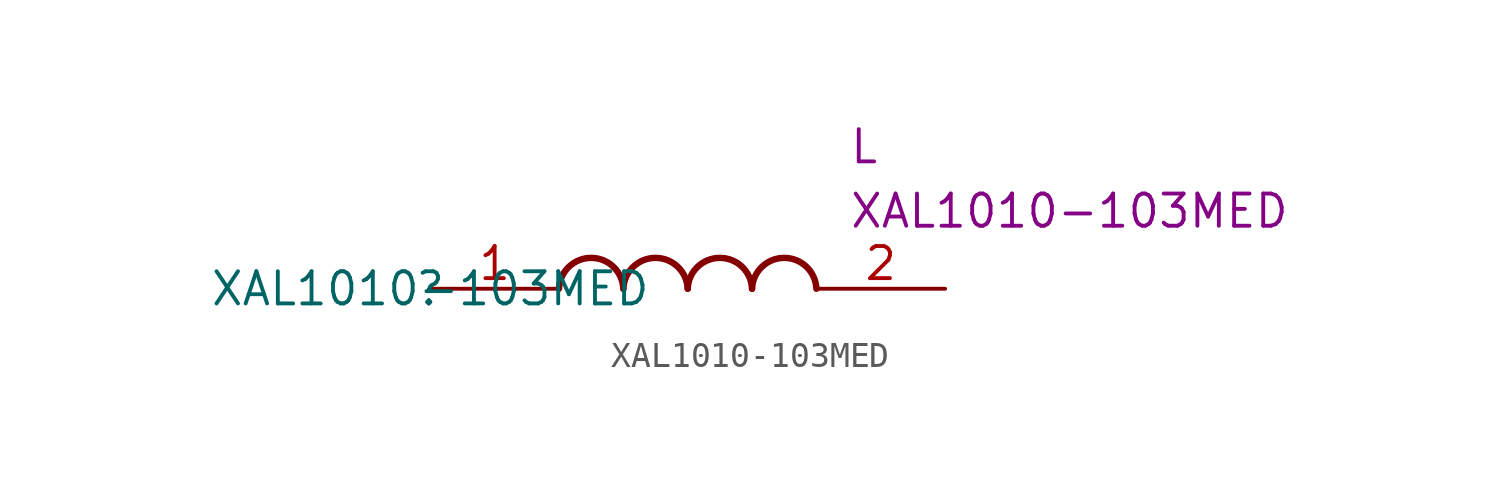
<source format=kicad_sym>
(kicad_symbol_lib
  (version 20231120)
  (generator "kicad_symbol_editor")
  (generator_version "8.0")
  (symbol "XAL1010-103MED"
    (pin_names hide)
    (property "Reference" ""
      (at 0 0 0)
      (effects (font (size 1.27 1.27))))
    (property "Value" "XAL1010-103MED"
      (at 0 0 0)
      (effects (font (size 1.27 1.27))))
    (property "Reference_1" "L"
      (at 16.51 6.35 0)
      (effects (font (size 1.27 1.27)) (justify left top)))
    (property "Value_1" "XAL1010-103MED"
      (at 16.51 3.81 0)
      (effects (font (size 1.27 1.27)) (justify left top)))
    (symbol "XAL1010-103MED_1_1"
      (arc (start 7.62 0) (mid 6.35 1.219) (end 5.08 0) (stroke (width 0.254) (type default)) (fill (type none)))
      (arc (start 10.16 0) (mid 8.89 1.219) (end 7.62 0) (stroke (width 0.254) (type default)) (fill (type none)))
      (arc (start 12.7 0) (mid 11.43 1.219) (end 10.16 0) (stroke (width 0.254) (type default)) (fill (type none)))
      (arc (start 15.24 0) (mid 13.97 1.219) (end 12.7 0) (stroke (width 0.254) (type default)) (fill (type none)))
      (pin passive line (at 0 0 0) (length 5.08) (name "1" (effects (font (size 1.27 1.27)))) (number "1" (effects (font (size 1.27 1.27)))))
      (pin passive line (at 20.32 0 180) (length 5.08) (name "2" (effects (font (size 1.27 1.27)))) (number "2" (effects (font (size 1.27 1.27))))))))
</source>
